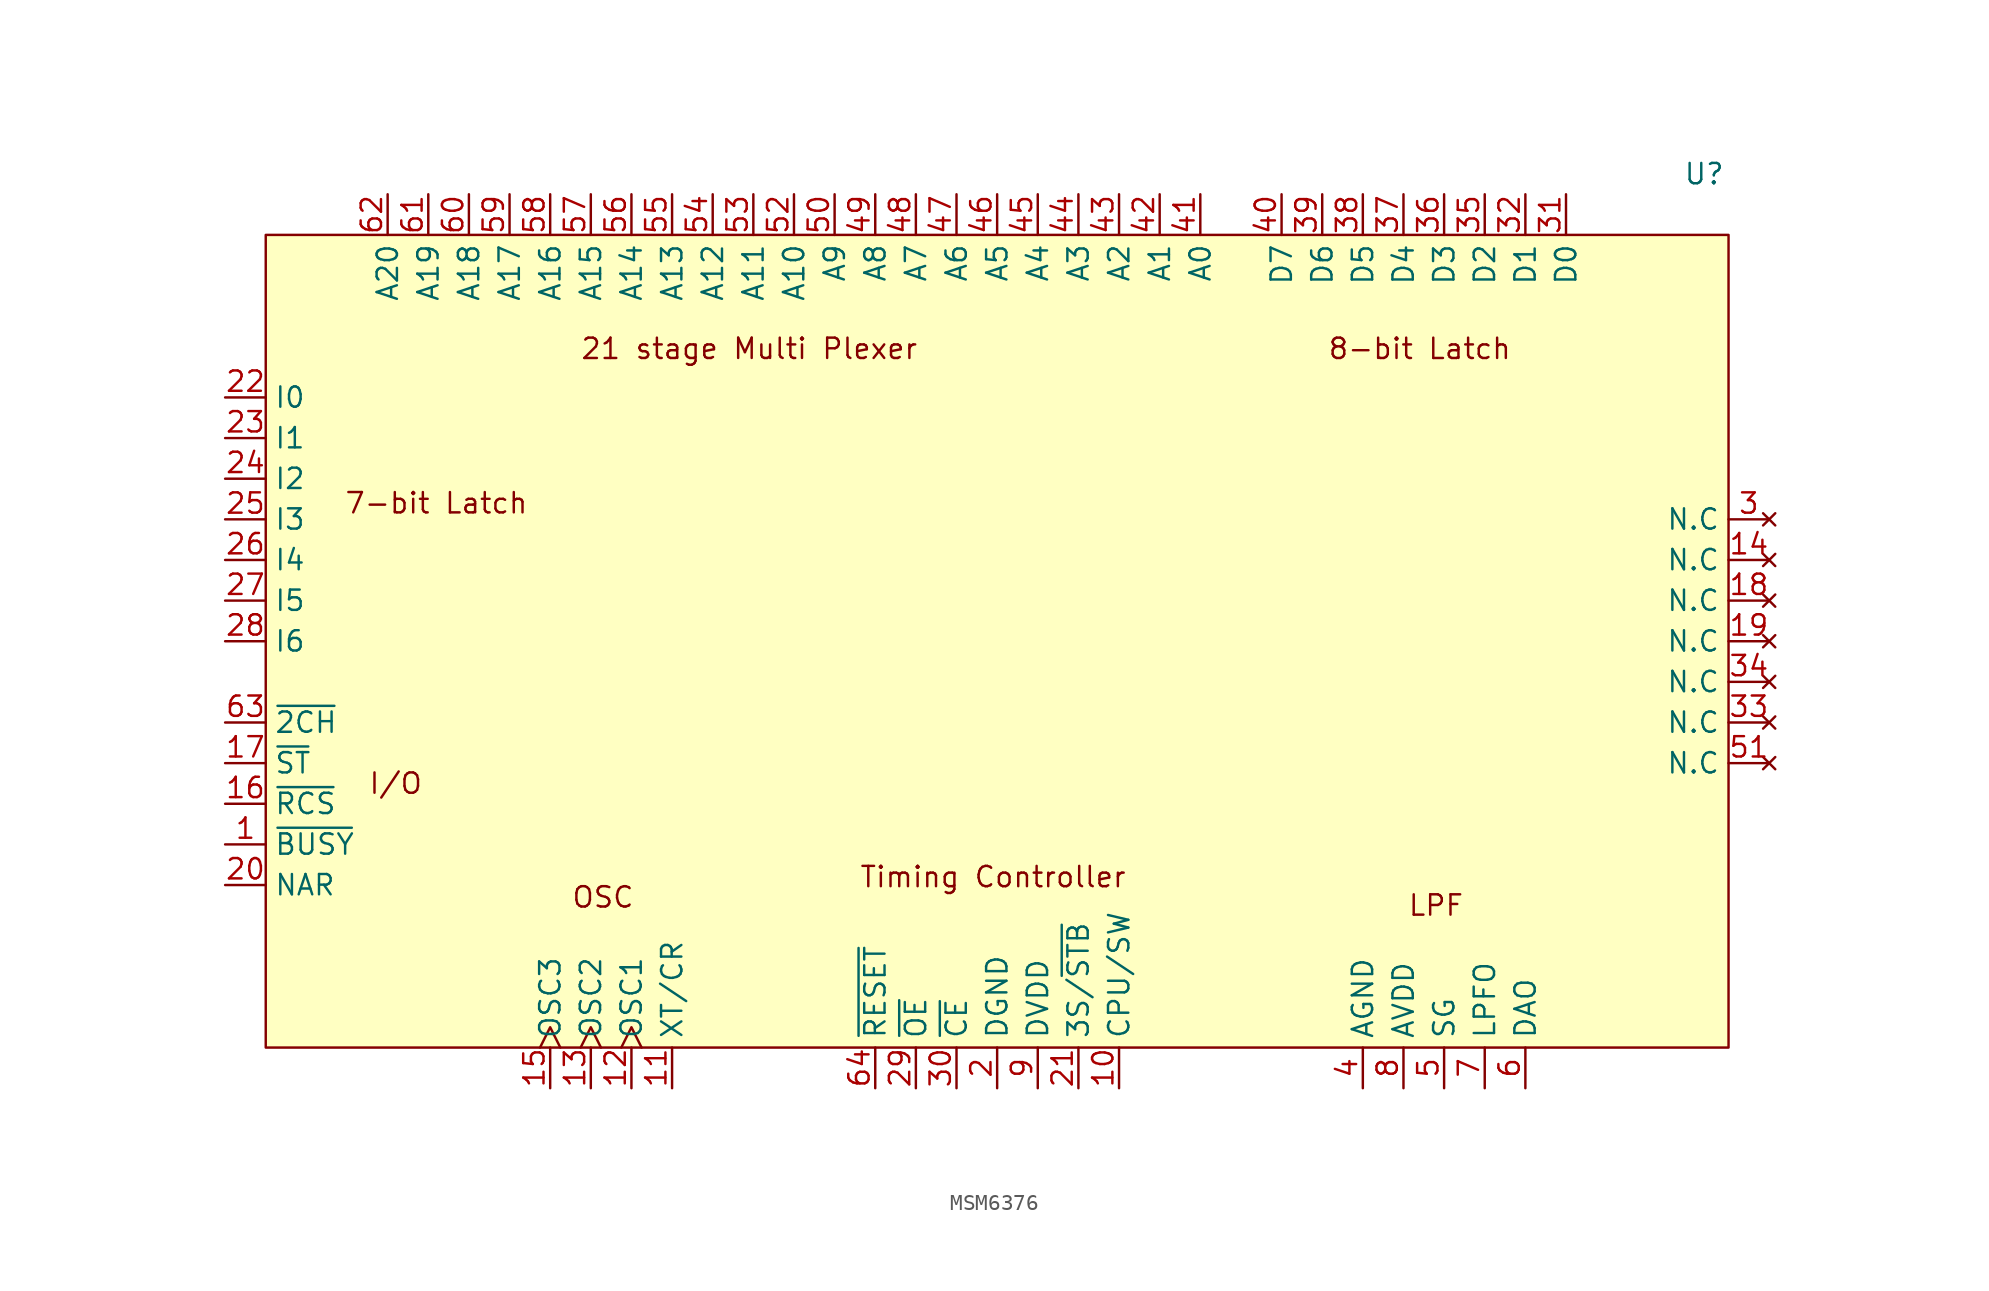
<source format=kicad_sym>
(kicad_symbol_lib
  (version 20241209)
  (generator "kicad_symbol_editor")
  (generator_version "9.0")
  (symbol "MSM6376"
    (property "Reference" "U"
      (at 44.196 29.21 0)
      (effects (font (size 1.27 1.27))))
    (property "Value" ""
      (at 0 0 0)
      (effects (font (size 1.27 1.27))))
    (symbol "MSM6376_0_0"
      (pin input line (at -48.26 15.24 0) (length 2.54) (name "I0" (effects (font (size 1.27 1.27)))) (number "22" (effects (font (size 1.27 1.27)))))
      (pin input line (at -48.26 12.7 0) (length 2.54) (name "I1" (effects (font (size 1.27 1.27)))) (number "23" (effects (font (size 1.27 1.27)))))
      (pin input line (at -48.26 10.16 0) (length 2.54) (name "I2" (effects (font (size 1.27 1.27)))) (number "24" (effects (font (size 1.27 1.27)))))
      (pin input line (at -48.26 7.62 0) (length 2.54) (name "I3" (effects (font (size 1.27 1.27)))) (number "25" (effects (font (size 1.27 1.27)))))
      (pin input line (at -48.26 5.08 0) (length 2.54) (name "I4" (effects (font (size 1.27 1.27)))) (number "26" (effects (font (size 1.27 1.27)))))
      (pin input line (at -48.26 2.54 0) (length 2.54) (name "I5" (effects (font (size 1.27 1.27)))) (number "27" (effects (font (size 1.27 1.27)))))
      (pin input line (at -48.26 0 0) (length 2.54) (name "I6" (effects (font (size 1.27 1.27)))) (number "28" (effects (font (size 1.27 1.27)))))
      (pin input line (at -48.26 -5.08 0) (length 2.54) (name "~{2CH}" (effects (font (size 1.27 1.27)))) (number "63" (effects (font (size 1.27 1.27)))))
      (pin input line (at -48.26 -7.62 0) (length 2.54) (name "~{ST}" (effects (font (size 1.27 1.27)))) (number "17" (effects (font (size 1.27 1.27)))))
      (pin input line (at -48.26 -10.16 0) (length 2.54) (name "~{RCS}" (effects (font (size 1.27 1.27)))) (number "16" (effects (font (size 1.27 1.27)))))
      (pin output line (at -48.26 -12.7 0) (length 2.54) (name "~{BUSY}" (effects (font (size 1.27 1.27)))) (number "1" (effects (font (size 1.27 1.27)))))
      (pin output line (at -48.26 -15.24 0) (length 2.54) (name "NAR" (effects (font (size 1.27 1.27)))) (number "20" (effects (font (size 1.27 1.27)))))
      (pin output line (at -38.1 27.94 270) (length 2.54) (name "A20" (effects (font (size 1.27 1.27)))) (number "62" (effects (font (size 1.27 1.27)))))
      (pin output line (at -35.56 27.94 270) (length 2.54) (name "A19" (effects (font (size 1.27 1.27)))) (number "61" (effects (font (size 1.27 1.27)))))
      (pin output line (at -33.02 27.94 270) (length 2.54) (name "A18" (effects (font (size 1.27 1.27)))) (number "60" (effects (font (size 1.27 1.27)))))
      (pin output line (at -30.48 27.94 270) (length 2.54) (name "A17" (effects (font (size 1.27 1.27)))) (number "59" (effects (font (size 1.27 1.27)))))
      (pin output line (at -27.94 27.94 270) (length 2.54) (name "A16" (effects (font (size 1.27 1.27)))) (number "58" (effects (font (size 1.27 1.27)))))
      (pin output clock (at -27.94 -27.94 90) (length 2.54) (name "OSC3" (effects (font (size 1.27 1.27)))) (number "15" (effects (font (size 1.27 1.27)))))
      (pin output line (at -25.4 27.94 270) (length 2.54) (name "A15" (effects (font (size 1.27 1.27)))) (number "57" (effects (font (size 1.27 1.27)))))
      (pin output clock (at -25.4 -27.94 90) (length 2.54) (name "OSC2" (effects (font (size 1.27 1.27)))) (number "13" (effects (font (size 1.27 1.27)))))
      (pin output line (at -22.86 27.94 270) (length 2.54) (name "A14" (effects (font (size 1.27 1.27)))) (number "56" (effects (font (size 1.27 1.27)))))
      (pin input clock (at -22.86 -27.94 90) (length 2.54) (name "OSC1" (effects (font (size 1.27 1.27)))) (number "12" (effects (font (size 1.27 1.27)))))
      (pin output line (at -20.32 27.94 270) (length 2.54) (name "A13" (effects (font (size 1.27 1.27)))) (number "55" (effects (font (size 1.27 1.27)))))
      (pin input line (at -20.32 -27.94 90) (length 2.54) (name "XT/CR" (effects (font (size 1.27 1.27)))) (number "11" (effects (font (size 1.27 1.27)))))
      (pin output line (at -17.78 27.94 270) (length 2.54) (name "A12" (effects (font (size 1.27 1.27)))) (number "54" (effects (font (size 1.27 1.27)))))
      (pin output line (at -15.24 27.94 270) (length 2.54) (name "A11" (effects (font (size 1.27 1.27)))) (number "53" (effects (font (size 1.27 1.27)))))
      (pin output line (at -12.7 27.94 270) (length 2.54) (name "A10" (effects (font (size 1.27 1.27)))) (number "52" (effects (font (size 1.27 1.27)))))
      (pin output line (at -10.16 27.94 270) (length 2.54) (name "A9" (effects (font (size 1.27 1.27)))) (number "50" (effects (font (size 1.27 1.27)))))
      (pin output line (at -7.62 27.94 270) (length 2.54) (name "A8" (effects (font (size 1.27 1.27)))) (number "49" (effects (font (size 1.27 1.27)))))
      (pin input line (at -7.62 -27.94 90) (length 2.54) (name "~{RESET}" (effects (font (size 1.27 1.27)))) (number "64" (effects (font (size 1.27 1.27)))))
      (pin output line (at -5.08 27.94 270) (length 2.54) (name "A7" (effects (font (size 1.27 1.27)))) (number "48" (effects (font (size 1.27 1.27)))))
      (pin output line (at -5.08 -27.94 90) (length 2.54) (name "~{OE}" (effects (font (size 1.27 1.27)))) (number "29" (effects (font (size 1.27 1.27)))))
      (pin output line (at -2.54 27.94 270) (length 2.54) (name "A6" (effects (font (size 1.27 1.27)))) (number "47" (effects (font (size 1.27 1.27)))))
      (pin output line (at -2.54 -27.94 90) (length 2.54) (name "~{CE}" (effects (font (size 1.27 1.27)))) (number "30" (effects (font (size 1.27 1.27)))))
      (pin output line (at 0 27.94 270) (length 2.54) (name "A5" (effects (font (size 1.27 1.27)))) (number "46" (effects (font (size 1.27 1.27)))))
      (pin power_in line (at 0 -27.94 90) (length 2.54) (name "DGND" (effects (font (size 1.27 1.27)))) (number "2" (effects (font (size 1.27 1.27)))))
      (pin output line (at 2.54 27.94 270) (length 2.54) (name "A4" (effects (font (size 1.27 1.27)))) (number "45" (effects (font (size 1.27 1.27)))))
      (pin power_in line (at 2.54 -27.94 90) (length 2.54) (name "DVDD" (effects (font (size 1.27 1.27)))) (number "9" (effects (font (size 1.27 1.27)))))
      (pin output line (at 5.08 27.94 270) (length 2.54) (name "A3" (effects (font (size 1.27 1.27)))) (number "44" (effects (font (size 1.27 1.27)))))
      (pin input line (at 5.08 -27.94 90) (length 2.54) (name "3S/~{STB}" (effects (font (size 1.27 1.27)))) (number "21" (effects (font (size 1.27 1.27)))))
      (pin output line (at 7.62 27.94 270) (length 2.54) (name "A2" (effects (font (size 1.27 1.27)))) (number "43" (effects (font (size 1.27 1.27)))))
      (pin input line (at 7.62 -27.94 90) (length 2.54) (name "CPU/SW" (effects (font (size 1.27 1.27)))) (number "10" (effects (font (size 1.27 1.27)))))
      (pin output line (at 10.16 27.94 270) (length 2.54) (name "A1" (effects (font (size 1.27 1.27)))) (number "42" (effects (font (size 1.27 1.27)))))
      (pin output line (at 12.7 27.94 270) (length 2.54) (name "A0" (effects (font (size 1.27 1.27)))) (number "41" (effects (font (size 1.27 1.27)))))
      (pin input line (at 17.78 27.94 270) (length 2.54) (name "D7" (effects (font (size 1.27 1.27)))) (number "40" (effects (font (size 1.27 1.27)))))
      (pin input line (at 20.32 27.94 270) (length 2.54) (name "D6" (effects (font (size 1.27 1.27)))) (number "39" (effects (font (size 1.27 1.27)))))
      (pin input line (at 22.86 27.94 270) (length 2.54) (name "D5" (effects (font (size 1.27 1.27)))) (number "38" (effects (font (size 1.27 1.27)))))
      (pin power_in line (at 22.86 -27.94 90) (length 2.54) (name "AGND" (effects (font (size 1.27 1.27)))) (number "4" (effects (font (size 1.27 1.27)))))
      (pin input line (at 25.4 27.94 270) (length 2.54) (name "D4" (effects (font (size 1.27 1.27)))) (number "37" (effects (font (size 1.27 1.27)))))
      (pin power_in line (at 25.4 -27.94 90) (length 2.54) (name "AVDD" (effects (font (size 1.27 1.27)))) (number "8" (effects (font (size 1.27 1.27)))))
      (pin input line (at 27.94 27.94 270) (length 2.54) (name "D3" (effects (font (size 1.27 1.27)))) (number "36" (effects (font (size 1.27 1.27)))))
      (pin output line (at 27.94 -27.94 90) (length 2.54) (name "SG" (effects (font (size 1.27 1.27)))) (number "5" (effects (font (size 1.27 1.27)))))
      (pin input line (at 30.48 27.94 270) (length 2.54) (name "D2" (effects (font (size 1.27 1.27)))) (number "35" (effects (font (size 1.27 1.27)))))
      (pin output line (at 30.48 -27.94 90) (length 2.54) (name "LPFO" (effects (font (size 1.27 1.27)))) (number "7" (effects (font (size 1.27 1.27)))))
      (pin input line (at 33.02 27.94 270) (length 2.54) (name "D1" (effects (font (size 1.27 1.27)))) (number "32" (effects (font (size 1.27 1.27)))))
      (pin output line (at 33.02 -27.94 90) (length 2.54) (name "DAO" (effects (font (size 1.27 1.27)))) (number "6" (effects (font (size 1.27 1.27)))))
      (pin input line (at 35.56 27.94 270) (length 2.54) (name "D0" (effects (font (size 1.27 1.27)))) (number "31" (effects (font (size 1.27 1.27)))))
      (pin no_connect line (at 48.26 7.62 180) (length 2.54) (name "N.C" (effects (font (size 1.27 1.27)))) (number "3" (effects (font (size 1.27 1.27)))))
      (pin no_connect line (at 48.26 5.08 180) (length 2.54) (name "N.C" (effects (font (size 1.27 1.27)))) (number "14" (effects (font (size 1.27 1.27)))))
      (pin no_connect line (at 48.26 2.54 180) (length 2.54) (name "N.C" (effects (font (size 1.27 1.27)))) (number "18" (effects (font (size 1.27 1.27)))))
      (pin no_connect line (at 48.26 0 180) (length 2.54) (name "N.C" (effects (font (size 1.27 1.27)))) (number "19" (effects (font (size 1.27 1.27)))))
      (pin no_connect line (at 48.26 -2.54 180) (length 2.54) (name "N.C" (effects (font (size 1.27 1.27)))) (number "34" (effects (font (size 1.27 1.27)))))
      (pin no_connect line (at 48.26 -5.08 180) (length 2.54) (name "N.C" (effects (font (size 1.27 1.27)))) (number "33" (effects (font (size 1.27 1.27)))))
      (pin no_connect line (at 48.26 -7.62 180) (length 2.54) (name "N.C" (effects (font (size 1.27 1.27)))) (number "51" (effects (font (size 1.27 1.27))))))
    (symbol "MSM6376_1_1"
      (rectangle (start -45.72 25.4) (end 45.72 -25.4) (stroke (width 0) (type solid)) (fill (type background)))
      (text "I/O" (at -37.592 -8.89 0) (effects (font (size 1.27 1.27))))
      (text "7-bit Latch" (at -35.052 8.636 0) (effects (font (size 1.27 1.27))))
      (text "OSC" (at -24.638 -16.002 0) (effects (font (size 1.27 1.27))))
      (text "21 stage Multi Plexer" (at -15.494 18.288 0) (effects (font (size 1.27 1.27))))
      (text "Timing Controller" (at -0.254 -14.732 0) (effects (font (size 1.27 1.27))))
      (text "8-bit Latch" (at 26.416 18.288 0) (effects (font (size 1.27 1.27))))
      (text "LPF" (at 27.432 -16.51 0) (effects (font (size 1.27 1.27)))))))
</source>
